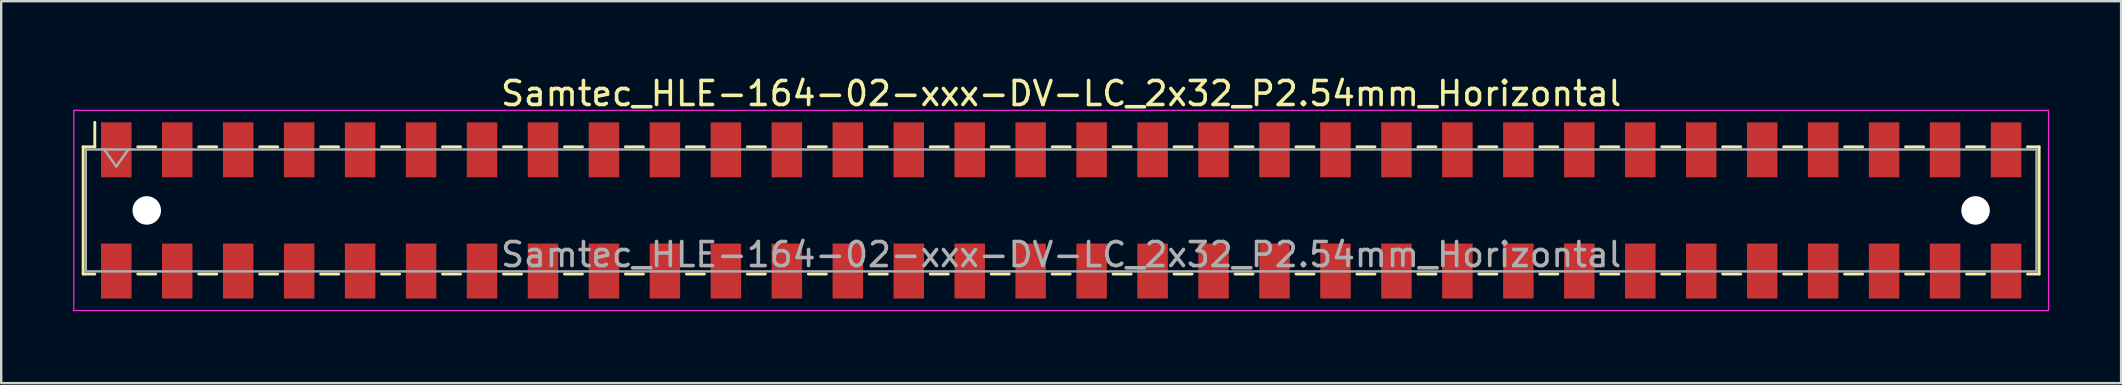
<source format=kicad_pcb>
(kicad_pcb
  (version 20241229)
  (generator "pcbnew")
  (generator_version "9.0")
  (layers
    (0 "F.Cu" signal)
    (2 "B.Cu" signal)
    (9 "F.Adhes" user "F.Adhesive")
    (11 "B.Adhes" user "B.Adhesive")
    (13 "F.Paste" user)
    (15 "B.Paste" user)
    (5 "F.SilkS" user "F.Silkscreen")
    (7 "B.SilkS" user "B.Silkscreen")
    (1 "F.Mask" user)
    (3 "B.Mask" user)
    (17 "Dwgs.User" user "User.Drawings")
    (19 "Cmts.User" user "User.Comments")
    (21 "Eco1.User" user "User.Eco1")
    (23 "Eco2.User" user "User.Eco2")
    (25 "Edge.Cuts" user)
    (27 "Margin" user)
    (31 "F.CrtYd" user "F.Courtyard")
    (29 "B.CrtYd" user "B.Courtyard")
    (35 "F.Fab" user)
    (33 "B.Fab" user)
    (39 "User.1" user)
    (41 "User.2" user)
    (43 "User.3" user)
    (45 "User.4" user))
  (footprint "Samtec_HLE-164-02-xxx-DV-LC_2x32_P2.54mm_Horizontal"
    (layer "F.Cu")
    (at 41.165 5.718)
    (property "Reference" "Samtec_HLE-164-02-xxx-DV-LC_2x32_P2.54mm_Horizontal" (at 0 -4.87 0) (layer "F.SilkS") (effects (font (size 1 1) (thickness 0.15))))
    (attr smd)
    (fp_line (start -40.75 -2.65) (end -40.75 2.65) (stroke (width 0.12) (type solid)) (layer "F.SilkS"))
    (fp_line (start -40.75 2.65) (end -40.265 2.65) (stroke (width 0.12) (type solid)) (layer "F.SilkS"))
    (fp_line (start -40.265 -3.67) (end -40.265 -2.65) (stroke (width 0.12) (type solid)) (layer "F.SilkS"))
    (fp_line (start -40.265 -2.65) (end -40.75 -2.65) (stroke (width 0.12) (type solid)) (layer "F.SilkS"))
    (fp_line (start -38.475 -2.65) (end -37.725 -2.65) (stroke (width 0.12) (type solid)) (layer "F.SilkS"))
    (fp_line (start -38.475 2.65) (end -37.725 2.65) (stroke (width 0.12) (type solid)) (layer "F.SilkS"))
    (fp_line (start -35.935 -2.65) (end -35.185 -2.65) (stroke (width 0.12) (type solid)) (layer "F.SilkS"))
    (fp_line (start -35.935 2.65) (end -35.185 2.65) (stroke (width 0.12) (type solid)) (layer "F.SilkS"))
    (fp_line (start -33.395 -2.65) (end -32.645 -2.65) (stroke (width 0.12) (type solid)) (layer "F.SilkS"))
    (fp_line (start -33.395 2.65) (end -32.645 2.65) (stroke (width 0.12) (type solid)) (layer "F.SilkS"))
    (fp_line (start -30.855 -2.65) (end -30.105 -2.65) (stroke (width 0.12) (type solid)) (layer "F.SilkS"))
    (fp_line (start -30.855 2.65) (end -30.105 2.65) (stroke (width 0.12) (type solid)) (layer "F.SilkS"))
    (fp_line (start -28.315 -2.65) (end -27.565 -2.65) (stroke (width 0.12) (type solid)) (layer "F.SilkS"))
    (fp_line (start -28.315 2.65) (end -27.565 2.65) (stroke (width 0.12) (type solid)) (layer "F.SilkS"))
    (fp_line (start -25.775 -2.65) (end -25.025 -2.65) (stroke (width 0.12) (type solid)) (layer "F.SilkS"))
    (fp_line (start -25.775 2.65) (end -25.025 2.65) (stroke (width 0.12) (type solid)) (layer "F.SilkS"))
    (fp_line (start -23.235 -2.65) (end -22.485 -2.65) (stroke (width 0.12) (type solid)) (layer "F.SilkS"))
    (fp_line (start -23.235 2.65) (end -22.485 2.65) (stroke (width 0.12) (type solid)) (layer "F.SilkS"))
    (fp_line (start -20.695 -2.65) (end -19.945 -2.65) (stroke (width 0.12) (type solid)) (layer "F.SilkS"))
    (fp_line (start -20.695 2.65) (end -19.945 2.65) (stroke (width 0.12) (type solid)) (layer "F.SilkS"))
    (fp_line (start -18.155 -2.65) (end -17.405 -2.65) (stroke (width 0.12) (type solid)) (layer "F.SilkS"))
    (fp_line (start -18.155 2.65) (end -17.405 2.65) (stroke (width 0.12) (type solid)) (layer "F.SilkS"))
    (fp_line (start -15.615 -2.65) (end -14.865 -2.65) (stroke (width 0.12) (type solid)) (layer "F.SilkS"))
    (fp_line (start -15.615 2.65) (end -14.865 2.65) (stroke (width 0.12) (type solid)) (layer "F.SilkS"))
    (fp_line (start -13.075 -2.65) (end -12.325 -2.65) (stroke (width 0.12) (type solid)) (layer "F.SilkS"))
    (fp_line (start -13.075 2.65) (end -12.325 2.65) (stroke (width 0.12) (type solid)) (layer "F.SilkS"))
    (fp_line (start -10.535 -2.65) (end -9.785 -2.65) (stroke (width 0.12) (type solid)) (layer "F.SilkS"))
    (fp_line (start -10.535 2.65) (end -9.785 2.65) (stroke (width 0.12) (type solid)) (layer "F.SilkS"))
    (fp_line (start -7.995 -2.65) (end -7.245 -2.65) (stroke (width 0.12) (type solid)) (layer "F.SilkS"))
    (fp_line (start -7.995 2.65) (end -7.245 2.65) (stroke (width 0.12) (type solid)) (layer "F.SilkS"))
    (fp_line (start -5.455 -2.65) (end -4.705 -2.65) (stroke (width 0.12) (type solid)) (layer "F.SilkS"))
    (fp_line (start -5.455 2.65) (end -4.705 2.65) (stroke (width 0.12) (type solid)) (layer "F.SilkS"))
    (fp_line (start -2.915 -2.65) (end -2.165 -2.65) (stroke (width 0.12) (type solid)) (layer "F.SilkS"))
    (fp_line (start -2.915 2.65) (end -2.165 2.65) (stroke (width 0.12) (type solid)) (layer "F.SilkS"))
    (fp_line (start -0.375 -2.65) (end 0.375 -2.65) (stroke (width 0.12) (type solid)) (layer "F.SilkS"))
    (fp_line (start -0.375 2.65) (end 0.375 2.65) (stroke (width 0.12) (type solid)) (layer "F.SilkS"))
    (fp_line (start 2.165 -2.65) (end 2.915 -2.65) (stroke (width 0.12) (type solid)) (layer "F.SilkS"))
    (fp_line (start 2.165 2.65) (end 2.915 2.65) (stroke (width 0.12) (type solid)) (layer "F.SilkS"))
    (fp_line (start 4.705 -2.65) (end 5.455 -2.65) (stroke (width 0.12) (type solid)) (layer "F.SilkS"))
    (fp_line (start 4.705 2.65) (end 5.455 2.65) (stroke (width 0.12) (type solid)) (layer "F.SilkS"))
    (fp_line (start 7.245 -2.65) (end 7.995 -2.65) (stroke (width 0.12) (type solid)) (layer "F.SilkS"))
    (fp_line (start 7.245 2.65) (end 7.995 2.65) (stroke (width 0.12) (type solid)) (layer "F.SilkS"))
    (fp_line (start 9.785 -2.65) (end 10.535 -2.65) (stroke (width 0.12) (type solid)) (layer "F.SilkS"))
    (fp_line (start 9.785 2.65) (end 10.535 2.65) (stroke (width 0.12) (type solid)) (layer "F.SilkS"))
    (fp_line (start 12.325 -2.65) (end 13.075 -2.65) (stroke (width 0.12) (type solid)) (layer "F.SilkS"))
    (fp_line (start 12.325 2.65) (end 13.075 2.65) (stroke (width 0.12) (type solid)) (layer "F.SilkS"))
    (fp_line (start 14.865 -2.65) (end 15.615 -2.65) (stroke (width 0.12) (type solid)) (layer "F.SilkS"))
    (fp_line (start 14.865 2.65) (end 15.615 2.65) (stroke (width 0.12) (type solid)) (layer "F.SilkS"))
    (fp_line (start 17.405 -2.65) (end 18.155 -2.65) (stroke (width 0.12) (type solid)) (layer "F.SilkS"))
    (fp_line (start 17.405 2.65) (end 18.155 2.65) (stroke (width 0.12) (type solid)) (layer "F.SilkS"))
    (fp_line (start 19.945 -2.65) (end 20.695 -2.65) (stroke (width 0.12) (type solid)) (layer "F.SilkS"))
    (fp_line (start 19.945 2.65) (end 20.695 2.65) (stroke (width 0.12) (type solid)) (layer "F.SilkS"))
    (fp_line (start 22.485 -2.65) (end 23.235 -2.65) (stroke (width 0.12) (type solid)) (layer "F.SilkS"))
    (fp_line (start 22.485 2.65) (end 23.235 2.65) (stroke (width 0.12) (type solid)) (layer "F.SilkS"))
    (fp_line (start 25.025 -2.65) (end 25.775 -2.65) (stroke (width 0.12) (type solid)) (layer "F.SilkS"))
    (fp_line (start 25.025 2.65) (end 25.775 2.65) (stroke (width 0.12) (type solid)) (layer "F.SilkS"))
    (fp_line (start 27.565 -2.65) (end 28.315 -2.65) (stroke (width 0.12) (type solid)) (layer "F.SilkS"))
    (fp_line (start 27.565 2.65) (end 28.315 2.65) (stroke (width 0.12) (type solid)) (layer "F.SilkS"))
    (fp_line (start 30.105 -2.65) (end 30.855 -2.65) (stroke (width 0.12) (type solid)) (layer "F.SilkS"))
    (fp_line (start 30.105 2.65) (end 30.855 2.65) (stroke (width 0.12) (type solid)) (layer "F.SilkS"))
    (fp_line (start 32.645 -2.65) (end 33.395 -2.65) (stroke (width 0.12) (type solid)) (layer "F.SilkS"))
    (fp_line (start 32.645 2.65) (end 33.395 2.65) (stroke (width 0.12) (type solid)) (layer "F.SilkS"))
    (fp_line (start 35.185 -2.65) (end 35.935 -2.65) (stroke (width 0.12) (type solid)) (layer "F.SilkS"))
    (fp_line (start 35.185 2.65) (end 35.935 2.65) (stroke (width 0.12) (type solid)) (layer "F.SilkS"))
    (fp_line (start 37.725 -2.65) (end 38.475 -2.65) (stroke (width 0.12) (type solid)) (layer "F.SilkS"))
    (fp_line (start 37.725 2.65) (end 38.475 2.65) (stroke (width 0.12) (type solid)) (layer "F.SilkS"))
    (fp_line (start 40.265 -2.65) (end 40.75 -2.65) (stroke (width 0.12) (type solid)) (layer "F.SilkS"))
    (fp_line (start 40.75 -2.65) (end 40.75 2.65) (stroke (width 0.12) (type solid)) (layer "F.SilkS"))
    (fp_line (start 40.75 2.65) (end 40.265 2.65) (stroke (width 0.12) (type solid)) (layer "F.SilkS"))
    (fp_line (start -41.14 -4.17) (end 41.14 -4.17) (stroke (width 0.05) (type solid)) (layer "F.CrtYd"))
    (fp_line (start -41.14 4.17) (end -41.14 -4.17) (stroke (width 0.05) (type solid)) (layer "F.CrtYd"))
    (fp_line (start 41.14 -4.17) (end 41.14 4.17) (stroke (width 0.05) (type solid)) (layer "F.CrtYd"))
    (fp_line (start 41.14 4.17) (end -41.14 4.17) (stroke (width 0.05) (type solid)) (layer "F.CrtYd"))
    (fp_line (start -40.64 -2.54) (end 40.64 -2.54) (stroke (width 0.1) (type solid)) (layer "F.Fab"))
    (fp_line (start -40.64 2.54) (end -40.64 -2.54) (stroke (width 0.1) (type solid)) (layer "F.Fab"))
    (fp_line (start -39.87 -2.54) (end -39.37 -1.833) (stroke (width 0.1) (type solid)) (layer "F.Fab"))
    (fp_line (start -39.37 -1.833) (end -38.87 -2.54) (stroke (width 0.1) (type solid)) (layer "F.Fab"))
    (fp_line (start 40.64 -2.54) (end 40.64 2.54) (stroke (width 0.1) (type solid)) (layer "F.Fab"))
    (fp_line (start 40.64 2.54) (end -40.64 2.54) (stroke (width 0.1) (type solid)) (layer "F.Fab"))
    (fp_text user "${REFERENCE}" (at 0 1.84 0) (layer "F.Fab") (effects (font (size 1 1) (thickness 0.15))))
    (pad "" np_thru_hole circle (at -38.1 0) (size 1.19 1.19) (drill 1.19) (layers "*.Cu" "*.Mask"))
    (pad "" np_thru_hole circle (at 38.1 0) (size 1.19 1.19) (drill 1.19) (layers "*.Cu" "*.Mask"))
    (pad "1" smd rect (at -39.37 -2.525) (size 1.27 2.29) (layers "F.Cu" "F.Mask" "F.Paste"))
    (pad "2" smd rect (at -39.37 2.525) (size 1.27 2.29) (layers "F.Cu" "F.Mask" "F.Paste"))
    (pad "3" smd rect (at -36.83 -2.525) (size 1.27 2.29) (layers "F.Cu" "F.Mask" "F.Paste"))
    (pad "4" smd rect (at -36.83 2.525) (size 1.27 2.29) (layers "F.Cu" "F.Mask" "F.Paste"))
    (pad "5" smd rect (at -34.29 -2.525) (size 1.27 2.29) (layers "F.Cu" "F.Mask" "F.Paste"))
    (pad "6" smd rect (at -34.29 2.525) (size 1.27 2.29) (layers "F.Cu" "F.Mask" "F.Paste"))
    (pad "7" smd rect (at -31.75 -2.525) (size 1.27 2.29) (layers "F.Cu" "F.Mask" "F.Paste"))
    (pad "8" smd rect (at -31.75 2.525) (size 1.27 2.29) (layers "F.Cu" "F.Mask" "F.Paste"))
    (pad "9" smd rect (at -29.21 -2.525) (size 1.27 2.29) (layers "F.Cu" "F.Mask" "F.Paste"))
    (pad "10" smd rect (at -29.21 2.525) (size 1.27 2.29) (layers "F.Cu" "F.Mask" "F.Paste"))
    (pad "11" smd rect (at -26.67 -2.525) (size 1.27 2.29) (layers "F.Cu" "F.Mask" "F.Paste"))
    (pad "12" smd rect (at -26.67 2.525) (size 1.27 2.29) (layers "F.Cu" "F.Mask" "F.Paste"))
    (pad "13" smd rect (at -24.13 -2.525) (size 1.27 2.29) (layers "F.Cu" "F.Mask" "F.Paste"))
    (pad "14" smd rect (at -24.13 2.525) (size 1.27 2.29) (layers "F.Cu" "F.Mask" "F.Paste"))
    (pad "15" smd rect (at -21.59 -2.525) (size 1.27 2.29) (layers "F.Cu" "F.Mask" "F.Paste"))
    (pad "16" smd rect (at -21.59 2.525) (size 1.27 2.29) (layers "F.Cu" "F.Mask" "F.Paste"))
    (pad "17" smd rect (at -19.05 -2.525) (size 1.27 2.29) (layers "F.Cu" "F.Mask" "F.Paste"))
    (pad "18" smd rect (at -19.05 2.525) (size 1.27 2.29) (layers "F.Cu" "F.Mask" "F.Paste"))
    (pad "19" smd rect (at -16.51 -2.525) (size 1.27 2.29) (layers "F.Cu" "F.Mask" "F.Paste"))
    (pad "20" smd rect (at -16.51 2.525) (size 1.27 2.29) (layers "F.Cu" "F.Mask" "F.Paste"))
    (pad "21" smd rect (at -13.97 -2.525) (size 1.27 2.29) (layers "F.Cu" "F.Mask" "F.Paste"))
    (pad "22" smd rect (at -13.97 2.525) (size 1.27 2.29) (layers "F.Cu" "F.Mask" "F.Paste"))
    (pad "23" smd rect (at -11.43 -2.525) (size 1.27 2.29) (layers "F.Cu" "F.Mask" "F.Paste"))
    (pad "24" smd rect (at -11.43 2.525) (size 1.27 2.29) (layers "F.Cu" "F.Mask" "F.Paste"))
    (pad "25" smd rect (at -8.89 -2.525) (size 1.27 2.29) (layers "F.Cu" "F.Mask" "F.Paste"))
    (pad "26" smd rect (at -8.89 2.525) (size 1.27 2.29) (layers "F.Cu" "F.Mask" "F.Paste"))
    (pad "27" smd rect (at -6.35 -2.525) (size 1.27 2.29) (layers "F.Cu" "F.Mask" "F.Paste"))
    (pad "28" smd rect (at -6.35 2.525) (size 1.27 2.29) (layers "F.Cu" "F.Mask" "F.Paste"))
    (pad "29" smd rect (at -3.81 -2.525) (size 1.27 2.29) (layers "F.Cu" "F.Mask" "F.Paste"))
    (pad "30" smd rect (at -3.81 2.525) (size 1.27 2.29) (layers "F.Cu" "F.Mask" "F.Paste"))
    (pad "31" smd rect (at -1.27 -2.525) (size 1.27 2.29) (layers "F.Cu" "F.Mask" "F.Paste"))
    (pad "32" smd rect (at -1.27 2.525) (size 1.27 2.29) (layers "F.Cu" "F.Mask" "F.Paste"))
    (pad "33" smd rect (at 1.27 -2.525) (size 1.27 2.29) (layers "F.Cu" "F.Mask" "F.Paste"))
    (pad "34" smd rect (at 1.27 2.525) (size 1.27 2.29) (layers "F.Cu" "F.Mask" "F.Paste"))
    (pad "35" smd rect (at 3.81 -2.525) (size 1.27 2.29) (layers "F.Cu" "F.Mask" "F.Paste"))
    (pad "36" smd rect (at 3.81 2.525) (size 1.27 2.29) (layers "F.Cu" "F.Mask" "F.Paste"))
    (pad "37" smd rect (at 6.35 -2.525) (size 1.27 2.29) (layers "F.Cu" "F.Mask" "F.Paste"))
    (pad "38" smd rect (at 6.35 2.525) (size 1.27 2.29) (layers "F.Cu" "F.Mask" "F.Paste"))
    (pad "39" smd rect (at 8.89 -2.525) (size 1.27 2.29) (layers "F.Cu" "F.Mask" "F.Paste"))
    (pad "40" smd rect (at 8.89 2.525) (size 1.27 2.29) (layers "F.Cu" "F.Mask" "F.Paste"))
    (pad "41" smd rect (at 11.43 -2.525) (size 1.27 2.29) (layers "F.Cu" "F.Mask" "F.Paste"))
    (pad "42" smd rect (at 11.43 2.525) (size 1.27 2.29) (layers "F.Cu" "F.Mask" "F.Paste"))
    (pad "43" smd rect (at 13.97 -2.525) (size 1.27 2.29) (layers "F.Cu" "F.Mask" "F.Paste"))
    (pad "44" smd rect (at 13.97 2.525) (size 1.27 2.29) (layers "F.Cu" "F.Mask" "F.Paste"))
    (pad "45" smd rect (at 16.51 -2.525) (size 1.27 2.29) (layers "F.Cu" "F.Mask" "F.Paste"))
    (pad "46" smd rect (at 16.51 2.525) (size 1.27 2.29) (layers "F.Cu" "F.Mask" "F.Paste"))
    (pad "47" smd rect (at 19.05 -2.525) (size 1.27 2.29) (layers "F.Cu" "F.Mask" "F.Paste"))
    (pad "48" smd rect (at 19.05 2.525) (size 1.27 2.29) (layers "F.Cu" "F.Mask" "F.Paste"))
    (pad "49" smd rect (at 21.59 -2.525) (size 1.27 2.29) (layers "F.Cu" "F.Mask" "F.Paste"))
    (pad "50" smd rect (at 21.59 2.525) (size 1.27 2.29) (layers "F.Cu" "F.Mask" "F.Paste"))
    (pad "51" smd rect (at 24.13 -2.525) (size 1.27 2.29) (layers "F.Cu" "F.Mask" "F.Paste"))
    (pad "52" smd rect (at 24.13 2.525) (size 1.27 2.29) (layers "F.Cu" "F.Mask" "F.Paste"))
    (pad "53" smd rect (at 26.67 -2.525) (size 1.27 2.29) (layers "F.Cu" "F.Mask" "F.Paste"))
    (pad "54" smd rect (at 26.67 2.525) (size 1.27 2.29) (layers "F.Cu" "F.Mask" "F.Paste"))
    (pad "55" smd rect (at 29.21 -2.525) (size 1.27 2.29) (layers "F.Cu" "F.Mask" "F.Paste"))
    (pad "56" smd rect (at 29.21 2.525) (size 1.27 2.29) (layers "F.Cu" "F.Mask" "F.Paste"))
    (pad "57" smd rect (at 31.75 -2.525) (size 1.27 2.29) (layers "F.Cu" "F.Mask" "F.Paste"))
    (pad "58" smd rect (at 31.75 2.525) (size 1.27 2.29) (layers "F.Cu" "F.Mask" "F.Paste"))
    (pad "59" smd rect (at 34.29 -2.525) (size 1.27 2.29) (layers "F.Cu" "F.Mask" "F.Paste"))
    (pad "60" smd rect (at 34.29 2.525) (size 1.27 2.29) (layers "F.Cu" "F.Mask" "F.Paste"))
    (pad "61" smd rect (at 36.83 -2.525) (size 1.27 2.29) (layers "F.Cu" "F.Mask" "F.Paste"))
    (pad "62" smd rect (at 36.83 2.525) (size 1.27 2.29) (layers "F.Cu" "F.Mask" "F.Paste"))
    (pad "63" smd rect (at 39.37 -2.525) (size 1.27 2.29) (layers "F.Cu" "F.Mask" "F.Paste"))
    (pad "64" smd rect (at 39.37 2.525) (size 1.27 2.29) (layers "F.Cu" "F.Mask" "F.Paste")))
  (gr_rect
    (start -3 -3)
    (end 85.33 12.913)
    (stroke (width 0.1) (type default))
    (fill no)
    (layer "Edge.Cuts")))
</source>
